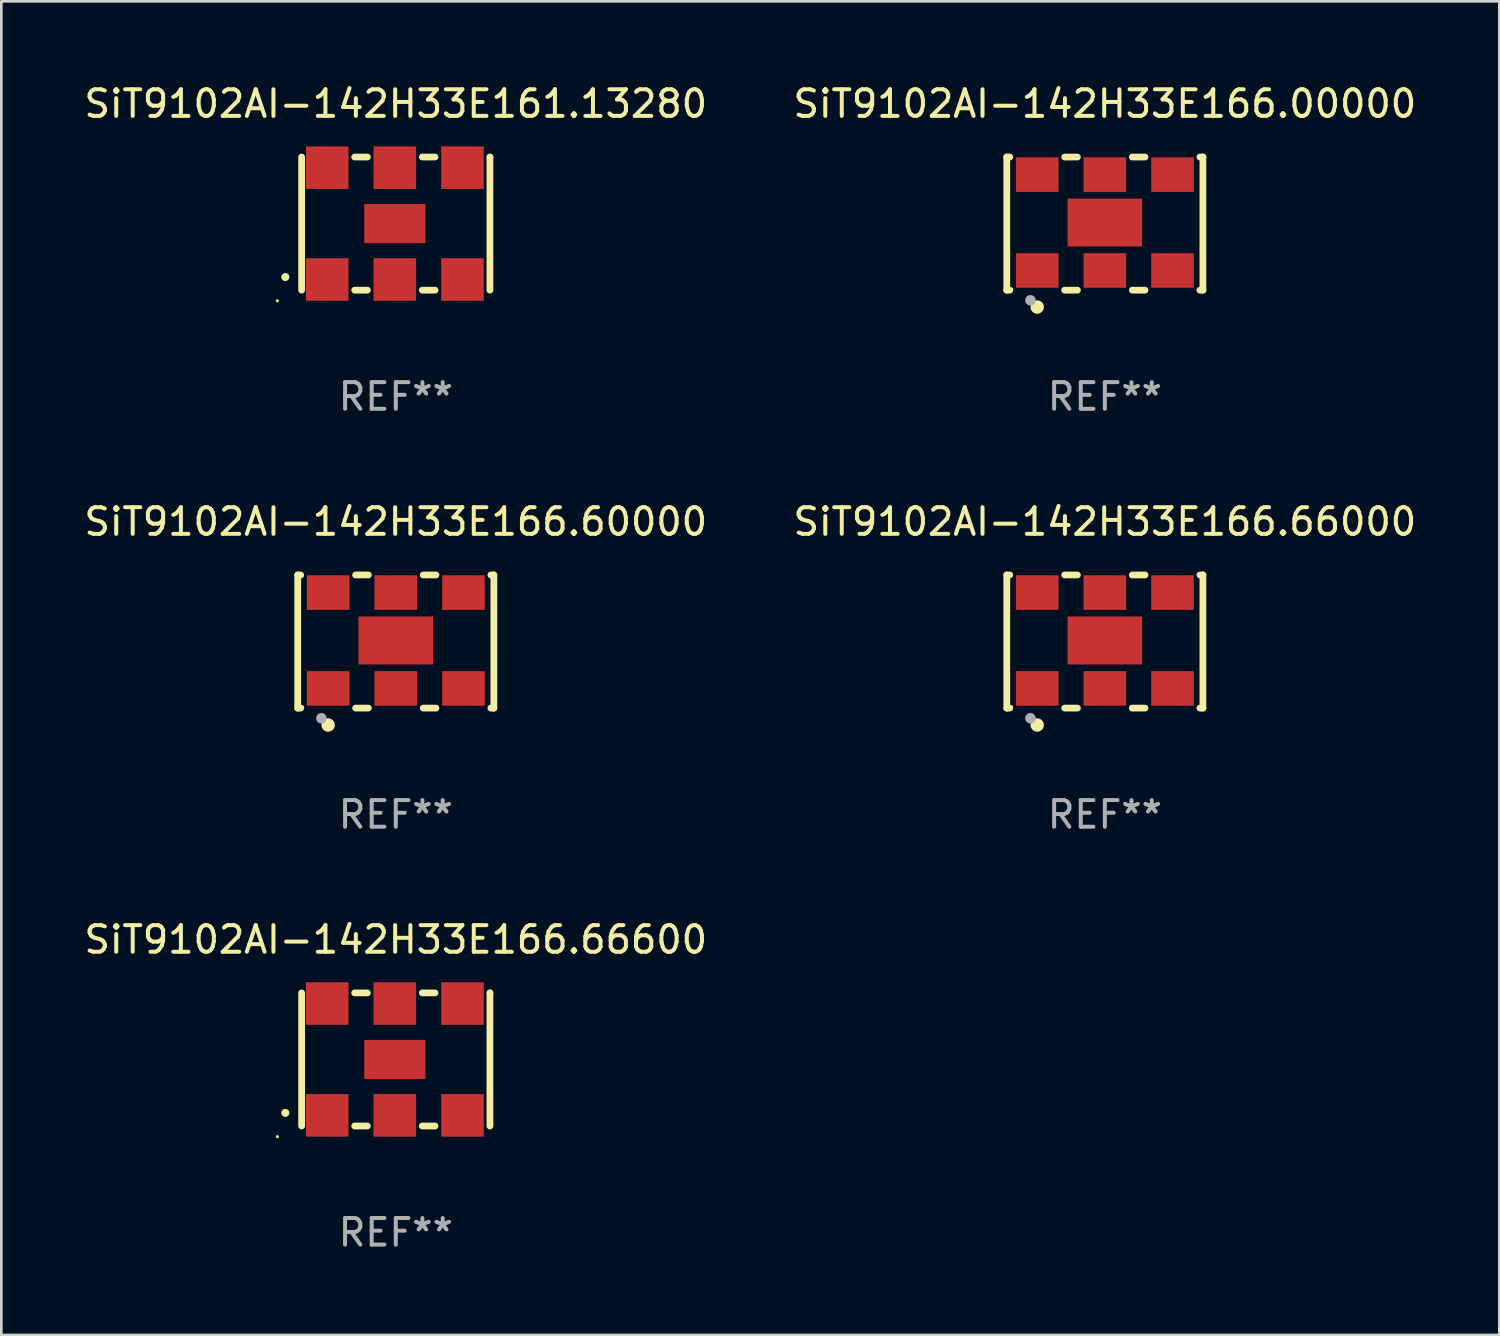
<source format=kicad_pcb>
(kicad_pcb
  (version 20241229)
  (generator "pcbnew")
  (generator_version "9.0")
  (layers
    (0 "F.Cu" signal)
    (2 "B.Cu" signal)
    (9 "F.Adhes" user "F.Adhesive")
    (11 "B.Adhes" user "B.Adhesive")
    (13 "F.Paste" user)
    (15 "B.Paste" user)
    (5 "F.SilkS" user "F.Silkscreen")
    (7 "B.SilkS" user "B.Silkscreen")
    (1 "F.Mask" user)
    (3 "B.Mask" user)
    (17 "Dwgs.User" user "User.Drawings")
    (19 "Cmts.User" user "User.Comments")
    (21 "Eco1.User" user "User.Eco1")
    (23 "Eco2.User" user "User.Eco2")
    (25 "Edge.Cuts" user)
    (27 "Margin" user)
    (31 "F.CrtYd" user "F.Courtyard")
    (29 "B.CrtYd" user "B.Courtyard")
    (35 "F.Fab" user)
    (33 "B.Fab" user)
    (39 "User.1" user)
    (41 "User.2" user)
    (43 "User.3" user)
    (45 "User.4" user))
  (footprint "SiT9102AI-142H33E166.66600"
    (layer "F.Cu")
    (at 11.815 36.741)
    (property "Reference" "SiT9102AI-142H33E166.66600" (at 0 -4.5 0) (layer "F.SilkS") (effects (font (size 1 1) (thickness 0.15))))
    (attr through_hole)
    (fp_line (start -3.536 -2.5) (end -3.536 2.5) (stroke (width 0.254) (type solid)) (layer "F.SilkS"))
    (fp_line (start -1.544 2.5) (end -1.067 2.5) (stroke (width 0.254) (type solid)) (layer "F.SilkS"))
    (fp_line (start -1.067 -2.5) (end -1.544 -2.5) (stroke (width 0.254) (type solid)) (layer "F.SilkS"))
    (fp_line (start 0.996 2.5) (end 1.473 2.5) (stroke (width 0.254) (type solid)) (layer "F.SilkS"))
    (fp_line (start 1.473 -2.5) (end 0.996 -2.5) (stroke (width 0.254) (type solid)) (layer "F.SilkS"))
    (fp_line (start 3.536 -2.5) (end 3.536 -2.5) (stroke (width 0.254) (type solid)) (layer "F.SilkS"))
    (fp_line (start 3.536 2.5) (end 3.536 -2.5) (stroke (width 0.254) (type solid)) (layer "F.SilkS"))
    (fp_arc (start -4.150432 2.006604) (mid -4.149162 2.006599) (end -4.147892 2.006604) (stroke (width 0.3) (type solid)) (layer "F.SilkS"))
    (fp_circle (center -4.449 2.9) (end -4.419 2.9) (stroke (width 0.06) (type solid)) (fill no) (layer "F.SilkS"))
    (fp_text user "REF**" (at 0 6.5 0) (layer "F.Fab") (effects (font (size 1 1) (thickness 0.15))))
    (pad "1" smd rect (at -2.576 2.1) (size 1.6 1.6) (layers "F.Cu" "F.Mask" "F.Paste"))
    (pad "2" smd rect (at -0.036 2.1) (size 1.6 1.6) (layers "F.Cu" "F.Mask" "F.Paste"))
    (pad "3" smd rect (at 2.504 2.1) (size 1.6 1.6) (layers "F.Cu" "F.Mask" "F.Paste"))
    (pad "4" smd rect (at 2.504 -2.1) (size 1.6 1.6) (layers "F.Cu" "F.Mask" "F.Paste"))
    (pad "5" smd rect (at -0.036 -2.1) (size 1.6 1.6) (layers "F.Cu" "F.Mask" "F.Paste"))
    (pad "6" smd rect (at -2.576 -2.1) (size 1.6 1.6) (layers "F.Cu" "F.Mask" "F.Paste"))
    (pad "7" smd rect (at -0.036 0) (size 2.3 1.47) (layers "F.Cu" "F.Mask" "F.Paste")))
  (footprint "SiT9102AI-142H33E166.60000"
    (layer "F.Cu")
    (at 11.815 21.045)
    (property "Reference" "SiT9102AI-142H33E166.60000" (at 0 -4.5 0) (layer "F.SilkS") (effects (font (size 1 1) (thickness 0.15))))
    (attr through_hole)
    (fp_line (start -3.683 -2.5) (end -3.571 -2.5) (stroke (width 0.254) (type solid)) (layer "F.SilkS"))
    (fp_line (start -3.683 2.5) (end -3.683 -2.5) (stroke (width 0.254) (type solid)) (layer "F.SilkS"))
    (fp_line (start -3.683 2.5) (end -3.571 2.5) (stroke (width 0.254) (type solid)) (layer "F.SilkS"))
    (fp_line (start -1.509 -2.5) (end -1.031 -2.5) (stroke (width 0.254) (type solid)) (layer "F.SilkS"))
    (fp_line (start -1.509 2.5) (end -1.031 2.5) (stroke (width 0.254) (type solid)) (layer "F.SilkS"))
    (fp_line (start 1.031 -2.5) (end 1.509 -2.5) (stroke (width 0.254) (type solid)) (layer "F.SilkS"))
    (fp_line (start 1.031 2.5) (end 1.509 2.5) (stroke (width 0.254) (type solid)) (layer "F.SilkS"))
    (fp_line (start 3.571 -2.5) (end 3.683 -2.5) (stroke (width 0.254) (type solid)) (layer "F.SilkS"))
    (fp_line (start 3.571 2.5) (end 3.683 2.5) (stroke (width 0.254) (type solid)) (layer "F.SilkS"))
    (fp_line (start 3.683 2.5) (end 3.683 -2.5) (stroke (width 0.254) (type solid)) (layer "F.SilkS"))
    (fp_circle (center -3.5 2.46) (end -3.47 2.46) (stroke (width 0.06) (type solid)) (fill no) (layer "F.SilkS"))
    (fp_circle (center -2.54 3.135) (end -2.413 3.135) (stroke (width 0.254) (type solid)) (fill no) (layer "F.SilkS"))
    (fp_circle (center -2.794 2.881) (end -2.694 2.881) (stroke (width 0.2) (type solid)) (fill no) (layer "F.Fab"))
    (fp_text user "REF**" (at 0 6.5 0) (layer "F.Fab") (effects (font (size 1 1) (thickness 0.15))))
    (pad "1" smd rect (at -2.54 1.76) (size 1.6 1.3) (layers "F.Cu" "F.Mask" "F.Paste"))
    (pad "2" smd rect (at 0 1.76) (size 1.6 1.3) (layers "F.Cu" "F.Mask" "F.Paste"))
    (pad "3" smd rect (at 2.54 1.76) (size 1.6 1.3) (layers "F.Cu" "F.Mask" "F.Paste"))
    (pad "4" smd rect (at 2.54 -1.84) (size 1.6 1.3) (layers "F.Cu" "F.Mask" "F.Paste"))
    (pad "5" smd rect (at 0 -1.84) (size 1.6 1.3) (layers "F.Cu" "F.Mask" "F.Paste"))
    (pad "6" smd rect (at -2.54 -1.84) (size 1.6 1.3) (layers "F.Cu" "F.Mask" "F.Paste"))
    (pad "7" smd rect (at 0 -0.04) (size 2.8 1.8) (layers "F.Cu" "F.Mask" "F.Paste")))
  (footprint "SiT9102AI-142H33E166.00000"
    (layer "F.Cu")
    (at 38.446 5.348)
    (property "Reference" "SiT9102AI-142H33E166.00000" (at 0 -4.5 0) (layer "F.SilkS") (effects (font (size 1 1) (thickness 0.15))))
    (attr through_hole)
    (fp_line (start -3.683 -2.5) (end -3.571 -2.5) (stroke (width 0.254) (type solid)) (layer "F.SilkS"))
    (fp_line (start -3.683 2.5) (end -3.683 -2.5) (stroke (width 0.254) (type solid)) (layer "F.SilkS"))
    (fp_line (start -3.683 2.5) (end -3.571 2.5) (stroke (width 0.254) (type solid)) (layer "F.SilkS"))
    (fp_line (start -1.509 -2.5) (end -1.031 -2.5) (stroke (width 0.254) (type solid)) (layer "F.SilkS"))
    (fp_line (start -1.509 2.5) (end -1.031 2.5) (stroke (width 0.254) (type solid)) (layer "F.SilkS"))
    (fp_line (start 1.031 -2.5) (end 1.509 -2.5) (stroke (width 0.254) (type solid)) (layer "F.SilkS"))
    (fp_line (start 1.031 2.5) (end 1.509 2.5) (stroke (width 0.254) (type solid)) (layer "F.SilkS"))
    (fp_line (start 3.571 -2.5) (end 3.683 -2.5) (stroke (width 0.254) (type solid)) (layer "F.SilkS"))
    (fp_line (start 3.571 2.5) (end 3.683 2.5) (stroke (width 0.254) (type solid)) (layer "F.SilkS"))
    (fp_line (start 3.683 2.5) (end 3.683 -2.5) (stroke (width 0.254) (type solid)) (layer "F.SilkS"))
    (fp_circle (center -3.5 2.46) (end -3.47 2.46) (stroke (width 0.06) (type solid)) (fill no) (layer "F.SilkS"))
    (fp_circle (center -2.54 3.135) (end -2.413 3.135) (stroke (width 0.254) (type solid)) (fill no) (layer "F.SilkS"))
    (fp_circle (center -2.794 2.881) (end -2.694 2.881) (stroke (width 0.2) (type solid)) (fill no) (layer "F.Fab"))
    (fp_text user "REF**" (at 0 6.5 0) (layer "F.Fab") (effects (font (size 1 1) (thickness 0.15))))
    (pad "1" smd rect (at -2.54 1.76) (size 1.6 1.3) (layers "F.Cu" "F.Mask" "F.Paste"))
    (pad "2" smd rect (at 0 1.76) (size 1.6 1.3) (layers "F.Cu" "F.Mask" "F.Paste"))
    (pad "3" smd rect (at 2.54 1.76) (size 1.6 1.3) (layers "F.Cu" "F.Mask" "F.Paste"))
    (pad "4" smd rect (at 2.54 -1.84) (size 1.6 1.3) (layers "F.Cu" "F.Mask" "F.Paste"))
    (pad "5" smd rect (at 0 -1.84) (size 1.6 1.3) (layers "F.Cu" "F.Mask" "F.Paste"))
    (pad "6" smd rect (at -2.54 -1.84) (size 1.6 1.3) (layers "F.Cu" "F.Mask" "F.Paste"))
    (pad "7" smd rect (at 0 -0.04) (size 2.8 1.8) (layers "F.Cu" "F.Mask" "F.Paste")))
  (footprint "SiT9102AI-142H33E161.13280"
    (layer "F.Cu")
    (at 11.815 5.348)
    (property "Reference" "SiT9102AI-142H33E161.13280" (at 0 -4.5 0) (layer "F.SilkS") (effects (font (size 1 1) (thickness 0.15))))
    (attr through_hole)
    (fp_line (start -3.536 -2.5) (end -3.536 2.5) (stroke (width 0.254) (type solid)) (layer "F.SilkS"))
    (fp_line (start -1.544 2.5) (end -1.067 2.5) (stroke (width 0.254) (type solid)) (layer "F.SilkS"))
    (fp_line (start -1.067 -2.5) (end -1.544 -2.5) (stroke (width 0.254) (type solid)) (layer "F.SilkS"))
    (fp_line (start 0.996 2.5) (end 1.473 2.5) (stroke (width 0.254) (type solid)) (layer "F.SilkS"))
    (fp_line (start 1.473 -2.5) (end 0.996 -2.5) (stroke (width 0.254) (type solid)) (layer "F.SilkS"))
    (fp_line (start 3.536 -2.5) (end 3.536 -2.5) (stroke (width 0.254) (type solid)) (layer "F.SilkS"))
    (fp_line (start 3.536 2.5) (end 3.536 -2.5) (stroke (width 0.254) (type solid)) (layer "F.SilkS"))
    (fp_arc (start -4.150432 2.006604) (mid -4.149162 2.006599) (end -4.147892 2.006604) (stroke (width 0.3) (type solid)) (layer "F.SilkS"))
    (fp_circle (center -4.449 2.9) (end -4.419 2.9) (stroke (width 0.06) (type solid)) (fill no) (layer "F.SilkS"))
    (fp_text user "REF**" (at 0 6.5 0) (layer "F.Fab") (effects (font (size 1 1) (thickness 0.15))))
    (pad "1" smd rect (at -2.576 2.1) (size 1.6 1.6) (layers "F.Cu" "F.Mask" "F.Paste"))
    (pad "2" smd rect (at -0.036 2.1) (size 1.6 1.6) (layers "F.Cu" "F.Mask" "F.Paste"))
    (pad "3" smd rect (at 2.504 2.1) (size 1.6 1.6) (layers "F.Cu" "F.Mask" "F.Paste"))
    (pad "4" smd rect (at 2.504 -2.1) (size 1.6 1.6) (layers "F.Cu" "F.Mask" "F.Paste"))
    (pad "5" smd rect (at -0.036 -2.1) (size 1.6 1.6) (layers "F.Cu" "F.Mask" "F.Paste"))
    (pad "6" smd rect (at -2.576 -2.1) (size 1.6 1.6) (layers "F.Cu" "F.Mask" "F.Paste"))
    (pad "7" smd rect (at -0.036 0) (size 2.3 1.47) (layers "F.Cu" "F.Mask" "F.Paste")))
  (footprint "SiT9102AI-142H33E166.66000"
    (layer "F.Cu")
    (at 38.446 21.045)
    (property "Reference" "SiT9102AI-142H33E166.66000" (at 0 -4.5 0) (layer "F.SilkS") (effects (font (size 1 1) (thickness 0.15))))
    (attr through_hole)
    (fp_line (start -3.683 -2.5) (end -3.571 -2.5) (stroke (width 0.254) (type solid)) (layer "F.SilkS"))
    (fp_line (start -3.683 2.5) (end -3.683 -2.5) (stroke (width 0.254) (type solid)) (layer "F.SilkS"))
    (fp_line (start -3.683 2.5) (end -3.571 2.5) (stroke (width 0.254) (type solid)) (layer "F.SilkS"))
    (fp_line (start -1.509 -2.5) (end -1.031 -2.5) (stroke (width 0.254) (type solid)) (layer "F.SilkS"))
    (fp_line (start -1.509 2.5) (end -1.031 2.5) (stroke (width 0.254) (type solid)) (layer "F.SilkS"))
    (fp_line (start 1.031 -2.5) (end 1.509 -2.5) (stroke (width 0.254) (type solid)) (layer "F.SilkS"))
    (fp_line (start 1.031 2.5) (end 1.509 2.5) (stroke (width 0.254) (type solid)) (layer "F.SilkS"))
    (fp_line (start 3.571 -2.5) (end 3.683 -2.5) (stroke (width 0.254) (type solid)) (layer "F.SilkS"))
    (fp_line (start 3.571 2.5) (end 3.683 2.5) (stroke (width 0.254) (type solid)) (layer "F.SilkS"))
    (fp_line (start 3.683 2.5) (end 3.683 -2.5) (stroke (width 0.254) (type solid)) (layer "F.SilkS"))
    (fp_circle (center -3.5 2.46) (end -3.47 2.46) (stroke (width 0.06) (type solid)) (fill no) (layer "F.SilkS"))
    (fp_circle (center -2.54 3.135) (end -2.413 3.135) (stroke (width 0.254) (type solid)) (fill no) (layer "F.SilkS"))
    (fp_circle (center -2.794 2.881) (end -2.694 2.881) (stroke (width 0.2) (type solid)) (fill no) (layer "F.Fab"))
    (fp_text user "REF**" (at 0 6.5 0) (layer "F.Fab") (effects (font (size 1 1) (thickness 0.15))))
    (pad "1" smd rect (at -2.54 1.76) (size 1.6 1.3) (layers "F.Cu" "F.Mask" "F.Paste"))
    (pad "2" smd rect (at 0 1.76) (size 1.6 1.3) (layers "F.Cu" "F.Mask" "F.Paste"))
    (pad "3" smd rect (at 2.54 1.76) (size 1.6 1.3) (layers "F.Cu" "F.Mask" "F.Paste"))
    (pad "4" smd rect (at 2.54 -1.84) (size 1.6 1.3) (layers "F.Cu" "F.Mask" "F.Paste"))
    (pad "5" smd rect (at 0 -1.84) (size 1.6 1.3) (layers "F.Cu" "F.Mask" "F.Paste"))
    (pad "6" smd rect (at -2.54 -1.84) (size 1.6 1.3) (layers "F.Cu" "F.Mask" "F.Paste"))
    (pad "7" smd rect (at 0 -0.04) (size 2.8 1.8) (layers "F.Cu" "F.Mask" "F.Paste")))
  (gr_rect
    (start -3 -3)
    (end 53.262 47.09)
    (stroke (width 0.1) (type default))
    (fill no)
    (layer "Edge.Cuts")))
</source>
